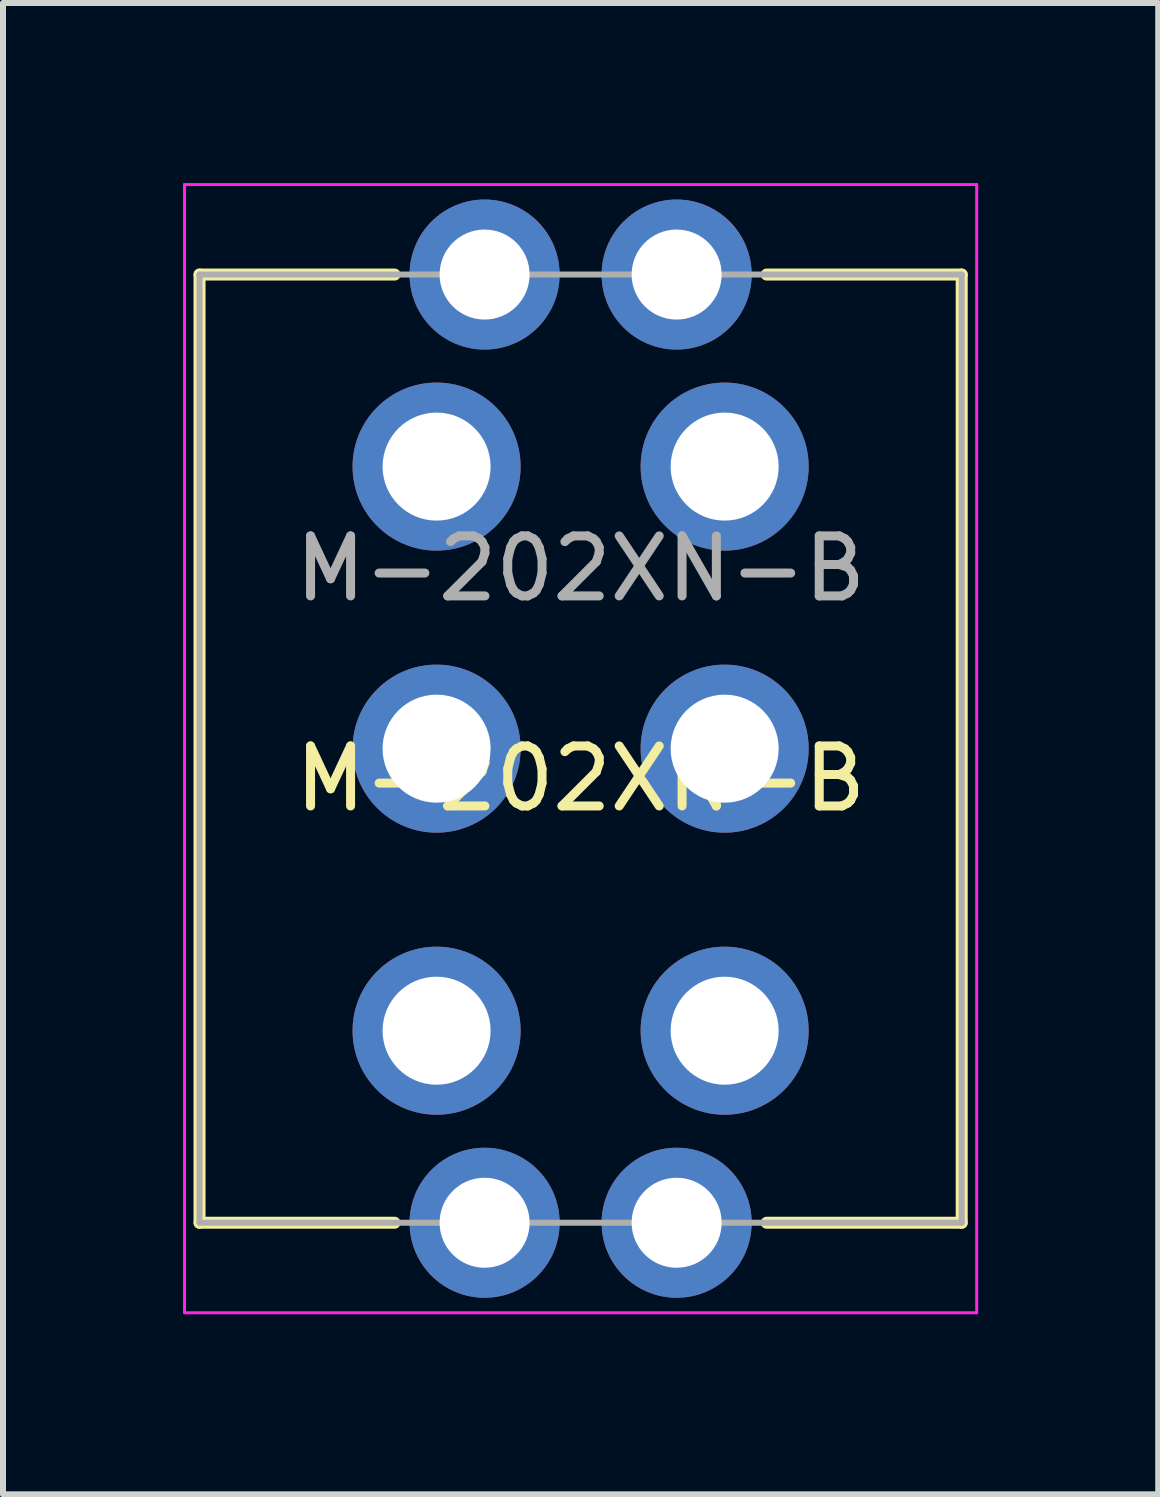
<source format=kicad_pcb>
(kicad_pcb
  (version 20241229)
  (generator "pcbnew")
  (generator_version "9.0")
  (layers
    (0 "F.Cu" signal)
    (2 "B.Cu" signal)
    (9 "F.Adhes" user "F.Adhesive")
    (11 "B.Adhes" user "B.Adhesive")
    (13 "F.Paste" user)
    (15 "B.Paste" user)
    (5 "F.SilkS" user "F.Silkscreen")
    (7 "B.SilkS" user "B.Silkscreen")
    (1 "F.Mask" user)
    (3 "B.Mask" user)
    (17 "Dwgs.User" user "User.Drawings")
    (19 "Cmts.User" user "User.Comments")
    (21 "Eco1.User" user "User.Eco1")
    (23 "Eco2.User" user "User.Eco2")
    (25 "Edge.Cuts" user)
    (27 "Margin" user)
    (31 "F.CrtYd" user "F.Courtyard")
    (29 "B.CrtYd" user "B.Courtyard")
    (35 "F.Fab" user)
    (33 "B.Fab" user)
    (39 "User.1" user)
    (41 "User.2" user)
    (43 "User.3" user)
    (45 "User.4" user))
  (footprint "M-202XN-B"
    (layer "F.Cu")
    (at 6.625 9.425)
    (property "Reference" "M-202XN-B" (at 0 0.5 0) (layer "F.SilkS") (effects (font (size 1 1) (thickness 0.15))))
    (attr through_hole)
    (fp_line (start -6.35 -7.9) (end -6.35 7.9) (stroke (width 0.2) (type solid)) (layer "F.SilkS"))
    (fp_line (start -6.35 7.9) (end -3.1 7.9) (stroke (width 0.2) (type solid)) (layer "F.SilkS"))
    (fp_line (start -3.1 -7.9) (end -6.35 -7.9) (stroke (width 0.2) (type solid)) (layer "F.SilkS"))
    (fp_line (start 3.1 7.9) (end 6.35 7.9) (stroke (width 0.2) (type solid)) (layer "F.SilkS"))
    (fp_line (start 6.35 -7.9) (end 3.1 -7.9) (stroke (width 0.2) (type solid)) (layer "F.SilkS"))
    (fp_line (start 6.35 7.9) (end 6.35 -7.9) (stroke (width 0.2) (type solid)) (layer "F.SilkS"))
    (fp_line (start -6.6 -9.4) (end 6.6 -9.4) (stroke (width 0.05) (type solid)) (layer "F.CrtYd"))
    (fp_line (start -6.6 9.4) (end -6.6 -9.4) (stroke (width 0.05) (type solid)) (layer "F.CrtYd"))
    (fp_line (start 6.6 -9.4) (end 6.6 9.4) (stroke (width 0.05) (type solid)) (layer "F.CrtYd"))
    (fp_line (start 6.6 9.4) (end -6.6 9.4) (stroke (width 0.05) (type solid)) (layer "F.CrtYd"))
    (fp_line (start -6.35 -7.9) (end 6.35 -7.9) (stroke (width 0.1) (type solid)) (layer "F.Fab"))
    (fp_line (start -6.35 7.9) (end -6.35 -7.9) (stroke (width 0.1) (type solid)) (layer "F.Fab"))
    (fp_line (start 6.35 -7.9) (end 6.35 7.9) (stroke (width 0.1) (type solid)) (layer "F.Fab"))
    (fp_line (start 6.35 7.9) (end -6.35 7.9) (stroke (width 0.1) (type solid)) (layer "F.Fab"))
    (fp_text user "${REFERENCE}" (at 0 -3 0) (layer "F.Fab") (effects (font (size 1 1) (thickness 0.15))))
    (pad "1" thru_hole circle (at 2.4 -4.7) (size 2.8 2.8) (drill 1.8) (layers "*.Cu" "*.Mask"))
    (pad "2" thru_hole circle (at 2.4 0) (size 2.8 2.8) (drill 1.8) (layers "*.Cu" "*.Mask"))
    (pad "3" thru_hole circle (at 2.4 4.7) (size 2.8 2.8) (drill 1.8) (layers "*.Cu" "*.Mask"))
    (pad "4" thru_hole circle (at -2.4 -4.7) (size 2.8 2.8) (drill 1.8) (layers "*.Cu" "*.Mask"))
    (pad "5" thru_hole circle (at -2.4 0) (size 2.8 2.8) (drill 1.8) (layers "*.Cu" "*.Mask"))
    (pad "6" thru_hole circle (at -2.4 4.7) (size 2.8 2.8) (drill 1.8) (layers "*.Cu" "*.Mask"))
    (pad "FG" thru_hole circle (at -1.6 -7.9) (size 2.5 2.5) (drill 1.5) (layers "*.Cu" "*.Mask"))
    (pad "FG" thru_hole circle (at -1.6 7.9) (size 2.5 2.5) (drill 1.5) (layers "*.Cu" "*.Mask"))
    (pad "FG" thru_hole circle (at 1.6 -7.9) (size 2.5 2.5) (drill 1.5) (layers "*.Cu" "*.Mask"))
    (pad "FG" thru_hole circle (at 1.6 7.9) (size 2.5 2.5) (drill 1.5) (layers "*.Cu" "*.Mask")))
  (gr_rect
    (start -3 -3)
    (end 16.25 21.85)
    (stroke (width 0.1) (type default))
    (fill no)
    (layer "Edge.Cuts")))
</source>
